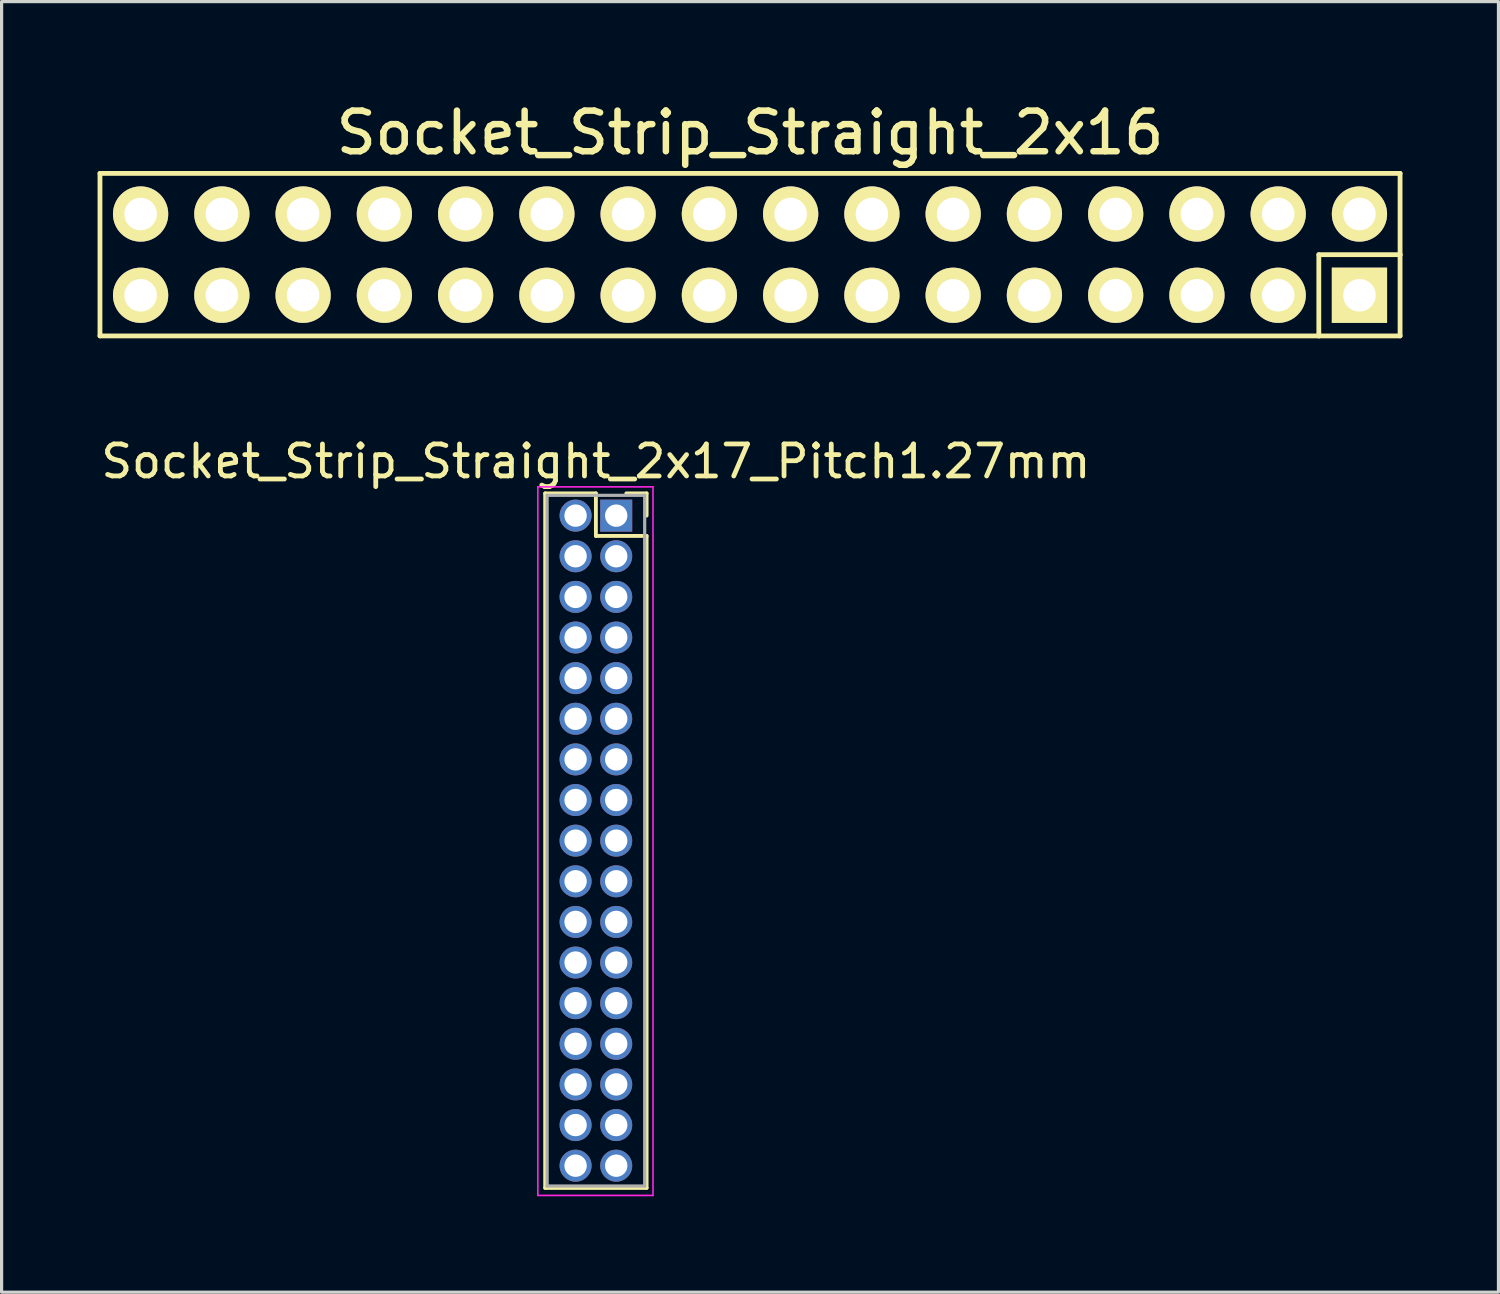
<source format=kicad_pcb>
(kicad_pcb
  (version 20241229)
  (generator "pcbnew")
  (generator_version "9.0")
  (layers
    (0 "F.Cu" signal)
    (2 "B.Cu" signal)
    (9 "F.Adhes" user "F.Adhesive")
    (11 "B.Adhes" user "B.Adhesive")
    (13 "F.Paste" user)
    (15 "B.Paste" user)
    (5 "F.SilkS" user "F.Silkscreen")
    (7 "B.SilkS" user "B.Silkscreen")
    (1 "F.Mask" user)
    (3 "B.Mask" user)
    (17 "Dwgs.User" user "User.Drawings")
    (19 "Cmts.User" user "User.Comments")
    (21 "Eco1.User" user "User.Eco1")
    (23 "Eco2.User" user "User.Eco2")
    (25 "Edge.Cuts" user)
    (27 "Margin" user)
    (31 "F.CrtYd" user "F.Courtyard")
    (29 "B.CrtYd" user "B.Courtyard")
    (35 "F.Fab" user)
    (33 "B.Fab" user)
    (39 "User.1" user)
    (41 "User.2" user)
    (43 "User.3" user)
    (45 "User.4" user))
  (footprint "Socket_Strip_Straight_2x17_Pitch1.27mm"
    (layer "F.Cu")
    (at 16.212 13.068)
    (property "Reference" "Socket_Strip_Straight_2x17_Pitch1.27mm" (at -0.635 -1.695 0) (layer "F.SilkS") (effects (font (size 1 1) (thickness 0.15))))
    (attr through_hole)
    (fp_line (start -2.22 -0.695) (end -0.635 -0.695) (stroke (width 0.12) (type solid)) (layer "F.SilkS"))
    (fp_line (start -2.22 21.015) (end -2.22 -0.695) (stroke (width 0.12) (type solid)) (layer "F.SilkS"))
    (fp_line (start -0.635 -0.695) (end -0.635 0.635) (stroke (width 0.12) (type solid)) (layer "F.SilkS"))
    (fp_line (start -0.635 0.635) (end 0.95 0.635) (stroke (width 0.12) (type solid)) (layer "F.SilkS"))
    (fp_line (start 0.95 -0.695) (end 0.315 -0.695) (stroke (width 0.12) (type solid)) (layer "F.SilkS"))
    (fp_line (start 0.95 0) (end 0.95 -0.695) (stroke (width 0.12) (type solid)) (layer "F.SilkS"))
    (fp_line (start 0.95 0.635) (end 0.95 21.015) (stroke (width 0.12) (type solid)) (layer "F.SilkS"))
    (fp_line (start 0.95 21.015) (end -2.22 21.015) (stroke (width 0.12) (type solid)) (layer "F.SilkS"))
    (fp_line (start -2.45 -0.9) (end -2.45 21.25) (stroke (width 0.05) (type solid)) (layer "F.CrtYd"))
    (fp_line (start -2.45 21.25) (end 1.15 21.25) (stroke (width 0.05) (type solid)) (layer "F.CrtYd"))
    (fp_line (start 1.15 -0.9) (end -2.45 -0.9) (stroke (width 0.05) (type solid)) (layer "F.CrtYd"))
    (fp_line (start 1.15 21.25) (end 1.15 -0.9) (stroke (width 0.05) (type solid)) (layer "F.CrtYd"))
    (fp_line (start -2.16 -0.635) (end -2.16 20.955) (stroke (width 0.1) (type solid)) (layer "F.Fab"))
    (fp_line (start -2.16 20.955) (end 0.89 20.955) (stroke (width 0.1) (type solid)) (layer "F.Fab"))
    (fp_line (start 0.89 -0.635) (end -2.16 -0.635) (stroke (width 0.1) (type solid)) (layer "F.Fab"))
    (fp_line (start 0.89 20.955) (end 0.89 -0.635) (stroke (width 0.1) (type solid)) (layer "F.Fab"))
    (pad "1" thru_hole rect (at 0 0) (size 1 1) (drill 0.7) (layers "*.Cu" "*.Mask"))
    (pad "2" thru_hole oval (at -1.27 0) (size 1 1) (drill 0.7) (layers "*.Cu" "*.Mask"))
    (pad "3" thru_hole oval (at 0 1.27) (size 1 1) (drill 0.7) (layers "*.Cu" "*.Mask"))
    (pad "4" thru_hole oval (at -1.27 1.27) (size 1 1) (drill 0.7) (layers "*.Cu" "*.Mask"))
    (pad "5" thru_hole oval (at 0 2.54) (size 1 1) (drill 0.7) (layers "*.Cu" "*.Mask"))
    (pad "6" thru_hole oval (at -1.27 2.54) (size 1 1) (drill 0.7) (layers "*.Cu" "*.Mask"))
    (pad "7" thru_hole oval (at 0 3.81) (size 1 1) (drill 0.7) (layers "*.Cu" "*.Mask"))
    (pad "8" thru_hole oval (at -1.27 3.81) (size 1 1) (drill 0.7) (layers "*.Cu" "*.Mask"))
    (pad "9" thru_hole oval (at 0 5.08) (size 1 1) (drill 0.7) (layers "*.Cu" "*.Mask"))
    (pad "10" thru_hole oval (at -1.27 5.08) (size 1 1) (drill 0.7) (layers "*.Cu" "*.Mask"))
    (pad "11" thru_hole oval (at 0 6.35) (size 1 1) (drill 0.7) (layers "*.Cu" "*.Mask"))
    (pad "12" thru_hole oval (at -1.27 6.35) (size 1 1) (drill 0.7) (layers "*.Cu" "*.Mask"))
    (pad "13" thru_hole oval (at 0 7.62) (size 1 1) (drill 0.7) (layers "*.Cu" "*.Mask"))
    (pad "14" thru_hole oval (at -1.27 7.62) (size 1 1) (drill 0.7) (layers "*.Cu" "*.Mask"))
    (pad "15" thru_hole oval (at 0 8.89) (size 1 1) (drill 0.7) (layers "*.Cu" "*.Mask"))
    (pad "16" thru_hole oval (at -1.27 8.89) (size 1 1) (drill 0.7) (layers "*.Cu" "*.Mask"))
    (pad "17" thru_hole oval (at 0 10.16) (size 1 1) (drill 0.7) (layers "*.Cu" "*.Mask"))
    (pad "18" thru_hole oval (at -1.27 10.16) (size 1 1) (drill 0.7) (layers "*.Cu" "*.Mask"))
    (pad "19" thru_hole oval (at 0 11.43) (size 1 1) (drill 0.7) (layers "*.Cu" "*.Mask"))
    (pad "20" thru_hole oval (at -1.27 11.43) (size 1 1) (drill 0.7) (layers "*.Cu" "*.Mask"))
    (pad "21" thru_hole oval (at 0 12.7) (size 1 1) (drill 0.7) (layers "*.Cu" "*.Mask"))
    (pad "22" thru_hole oval (at -1.27 12.7) (size 1 1) (drill 0.7) (layers "*.Cu" "*.Mask"))
    (pad "23" thru_hole oval (at 0 13.97) (size 1 1) (drill 0.7) (layers "*.Cu" "*.Mask"))
    (pad "24" thru_hole oval (at -1.27 13.97) (size 1 1) (drill 0.7) (layers "*.Cu" "*.Mask"))
    (pad "25" thru_hole oval (at 0 15.24) (size 1 1) (drill 0.7) (layers "*.Cu" "*.Mask"))
    (pad "26" thru_hole oval (at -1.27 15.24) (size 1 1) (drill 0.7) (layers "*.Cu" "*.Mask"))
    (pad "27" thru_hole oval (at 0 16.51) (size 1 1) (drill 0.7) (layers "*.Cu" "*.Mask"))
    (pad "28" thru_hole oval (at -1.27 16.51) (size 1 1) (drill 0.7) (layers "*.Cu" "*.Mask"))
    (pad "29" thru_hole oval (at 0 17.78) (size 1 1) (drill 0.7) (layers "*.Cu" "*.Mask"))
    (pad "30" thru_hole oval (at -1.27 17.78) (size 1 1) (drill 0.7) (layers "*.Cu" "*.Mask"))
    (pad "31" thru_hole oval (at 0 19.05) (size 1 1) (drill 0.7) (layers "*.Cu" "*.Mask"))
    (pad "32" thru_hole oval (at -1.27 19.05) (size 1 1) (drill 0.7) (layers "*.Cu" "*.Mask"))
    (pad "33" thru_hole oval (at 0 20.32) (size 1 1) (drill 0.7) (layers "*.Cu" "*.Mask"))
    (pad "34" thru_hole oval (at -1.27 20.32) (size 1 1) (drill 0.7) (layers "*.Cu" "*.Mask")))
  (footprint "Socket_Strip_Straight_2x16"
    (layer "F.Cu")
    (at 20.395 4.91)
    (property "Reference" "Socket_Strip_Straight_2x16" (at 0 -3.81 0) (layer "F.SilkS") (effects (font (size 1.27 1.27) (thickness 0.203))))
    (attr through_hole)
    (fp_line (start -20.32 -2.54) (end -20.32 2.54) (stroke (width 0.15) (type solid)) (layer "F.SilkS"))
    (fp_line (start -20.32 -2.54) (end 20.32 -2.54) (stroke (width 0.15) (type solid)) (layer "F.SilkS"))
    (fp_line (start 17.78 0) (end 17.78 2.54) (stroke (width 0.15) (type solid)) (layer "F.SilkS"))
    (fp_line (start 17.78 2.54) (end -20.32 2.54) (stroke (width 0.15) (type solid)) (layer "F.SilkS"))
    (fp_line (start 20.32 -2.54) (end 20.32 0) (stroke (width 0.15) (type solid)) (layer "F.SilkS"))
    (fp_line (start 20.32 0) (end 17.78 0) (stroke (width 0.15) (type solid)) (layer "F.SilkS"))
    (fp_line (start 20.32 2.54) (end 17.78 2.54) (stroke (width 0.15) (type solid)) (layer "F.SilkS"))
    (fp_line (start 20.32 2.54) (end 20.32 0) (stroke (width 0.15) (type solid)) (layer "F.SilkS"))
    (pad "1" thru_hole rect (at 19.05 1.27 180) (size 1.727 1.727) (drill 1.016) (layers "*.Cu" "*.Mask" "F.SilkS"))
    (pad "2" thru_hole oval (at 19.05 -1.27 180) (size 1.727 1.727) (drill 1.016) (layers "*.Cu" "*.Mask" "F.SilkS"))
    (pad "3" thru_hole oval (at 16.51 1.27 180) (size 1.727 1.727) (drill 1.016) (layers "*.Cu" "*.Mask" "F.SilkS"))
    (pad "4" thru_hole oval (at 16.51 -1.27 180) (size 1.727 1.727) (drill 1.016) (layers "*.Cu" "*.Mask" "F.SilkS"))
    (pad "5" thru_hole oval (at 13.97 1.27 180) (size 1.727 1.727) (drill 1.016) (layers "*.Cu" "*.Mask" "F.SilkS"))
    (pad "6" thru_hole oval (at 13.97 -1.27 180) (size 1.727 1.727) (drill 1.016) (layers "*.Cu" "*.Mask" "F.SilkS"))
    (pad "7" thru_hole oval (at 11.43 1.27 180) (size 1.727 1.727) (drill 1.016) (layers "*.Cu" "*.Mask" "F.SilkS"))
    (pad "8" thru_hole oval (at 11.43 -1.27 180) (size 1.727 1.727) (drill 1.016) (layers "*.Cu" "*.Mask" "F.SilkS"))
    (pad "9" thru_hole oval (at 8.89 1.27 180) (size 1.727 1.727) (drill 1.016) (layers "*.Cu" "*.Mask" "F.SilkS"))
    (pad "10" thru_hole oval (at 8.89 -1.27 180) (size 1.727 1.727) (drill 1.016) (layers "*.Cu" "*.Mask" "F.SilkS"))
    (pad "11" thru_hole oval (at 6.35 1.27 180) (size 1.727 1.727) (drill 1.016) (layers "*.Cu" "*.Mask" "F.SilkS"))
    (pad "12" thru_hole oval (at 6.35 -1.27 180) (size 1.727 1.727) (drill 1.016) (layers "*.Cu" "*.Mask" "F.SilkS"))
    (pad "13" thru_hole oval (at 3.81 1.27 180) (size 1.727 1.727) (drill 1.016) (layers "*.Cu" "*.Mask" "F.SilkS"))
    (pad "14" thru_hole oval (at 3.81 -1.27 180) (size 1.727 1.727) (drill 1.016) (layers "*.Cu" "*.Mask" "F.SilkS"))
    (pad "15" thru_hole oval (at 1.27 1.27 180) (size 1.727 1.727) (drill 1.016) (layers "*.Cu" "*.Mask" "F.SilkS"))
    (pad "16" thru_hole oval (at 1.27 -1.27 180) (size 1.727 1.727) (drill 1.016) (layers "*.Cu" "*.Mask" "F.SilkS"))
    (pad "17" thru_hole oval (at -1.27 1.27 180) (size 1.727 1.727) (drill 1.016) (layers "*.Cu" "*.Mask" "F.SilkS"))
    (pad "18" thru_hole oval (at -1.27 -1.27 180) (size 1.727 1.727) (drill 1.016) (layers "*.Cu" "*.Mask" "F.SilkS"))
    (pad "19" thru_hole oval (at -3.81 1.27 180) (size 1.727 1.727) (drill 1.016) (layers "*.Cu" "*.Mask" "F.SilkS"))
    (pad "20" thru_hole oval (at -3.81 -1.27 180) (size 1.727 1.727) (drill 1.016) (layers "*.Cu" "*.Mask" "F.SilkS"))
    (pad "21" thru_hole oval (at -6.35 1.27 180) (size 1.727 1.727) (drill 1.016) (layers "*.Cu" "*.Mask" "F.SilkS"))
    (pad "22" thru_hole oval (at -6.35 -1.27 180) (size 1.727 1.727) (drill 1.016) (layers "*.Cu" "*.Mask" "F.SilkS"))
    (pad "23" thru_hole oval (at -8.89 1.27 180) (size 1.727 1.727) (drill 1.016) (layers "*.Cu" "*.Mask" "F.SilkS"))
    (pad "24" thru_hole oval (at -8.89 -1.27 180) (size 1.727 1.727) (drill 1.016) (layers "*.Cu" "*.Mask" "F.SilkS"))
    (pad "25" thru_hole oval (at -11.43 1.27 180) (size 1.727 1.727) (drill 1.016) (layers "*.Cu" "*.Mask" "F.SilkS"))
    (pad "26" thru_hole oval (at -11.43 -1.27 180) (size 1.727 1.727) (drill 1.016) (layers "*.Cu" "*.Mask" "F.SilkS"))
    (pad "27" thru_hole oval (at -13.97 1.27 180) (size 1.727 1.727) (drill 1.016) (layers "*.Cu" "*.Mask" "F.SilkS"))
    (pad "28" thru_hole oval (at -13.97 -1.27 180) (size 1.727 1.727) (drill 1.016) (layers "*.Cu" "*.Mask" "F.SilkS"))
    (pad "29" thru_hole oval (at -16.51 1.27 180) (size 1.727 1.727) (drill 1.016) (layers "*.Cu" "*.Mask" "F.SilkS"))
    (pad "30" thru_hole oval (at -16.51 -1.27 180) (size 1.727 1.727) (drill 1.016) (layers "*.Cu" "*.Mask" "F.SilkS"))
    (pad "31" thru_hole oval (at -19.05 1.27 180) (size 1.727 1.727) (drill 1.016) (layers "*.Cu" "*.Mask" "F.SilkS"))
    (pad "32" thru_hole oval (at -19.05 -1.27 180) (size 1.727 1.727) (drill 1.016) (layers "*.Cu" "*.Mask" "F.SilkS")))
  (gr_rect
    (start -3 -3)
    (end 43.79 37.343)
    (stroke (width 0.1) (type default))
    (fill no)
    (layer "Edge.Cuts")))
</source>
